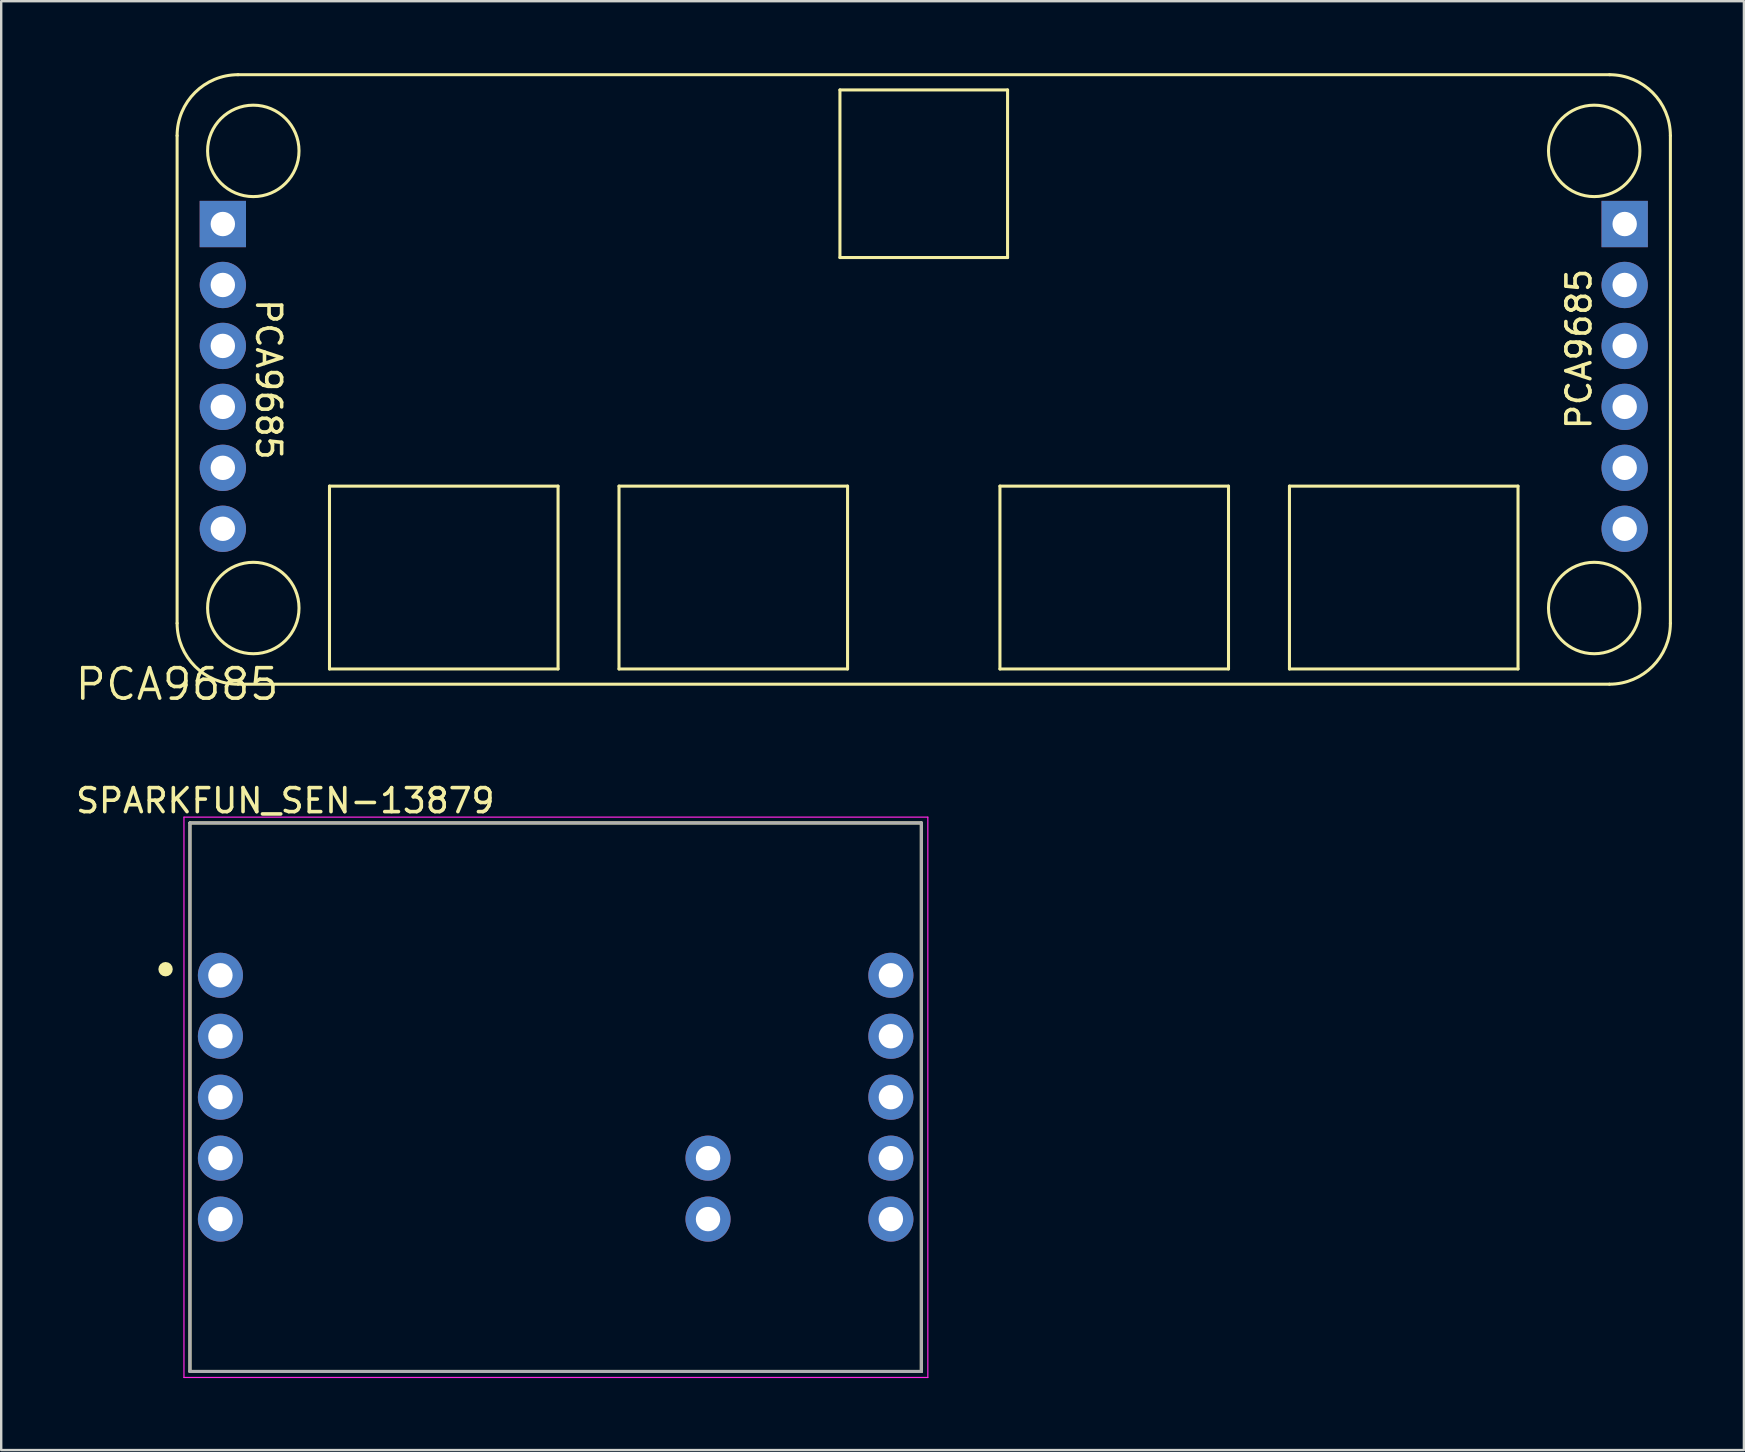
<source format=kicad_pcb>
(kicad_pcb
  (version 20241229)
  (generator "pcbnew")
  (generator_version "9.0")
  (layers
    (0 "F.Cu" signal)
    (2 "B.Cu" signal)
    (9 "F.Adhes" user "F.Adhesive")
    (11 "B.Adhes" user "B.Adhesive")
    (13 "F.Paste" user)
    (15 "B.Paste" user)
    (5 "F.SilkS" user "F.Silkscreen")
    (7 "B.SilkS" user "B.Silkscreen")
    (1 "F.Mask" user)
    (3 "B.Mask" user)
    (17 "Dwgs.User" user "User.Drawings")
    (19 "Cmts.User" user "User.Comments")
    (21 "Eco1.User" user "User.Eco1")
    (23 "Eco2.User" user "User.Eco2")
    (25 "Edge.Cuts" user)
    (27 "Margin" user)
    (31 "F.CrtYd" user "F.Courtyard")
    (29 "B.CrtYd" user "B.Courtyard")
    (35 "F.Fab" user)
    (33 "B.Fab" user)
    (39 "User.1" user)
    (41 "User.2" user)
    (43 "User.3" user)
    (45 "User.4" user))
  (footprint "PCA9685"
    (layer "F.Cu")
    (at 4.331 25.463)
    (property "Reference" "PCA9685" (at 0 0 0) (layer "F.SilkS") (effects (font (size 1.27 1.27) (thickness 0.15))))
    (fp_line (start 0 -2.54) (end 0 -22.86) (stroke (width 0.127) (type solid)) (layer "F.SilkS"))
    (fp_line (start 2.54 -25.4) (end 59.69 -25.4) (stroke (width 0.127) (type solid)) (layer "F.SilkS"))
    (fp_line (start 2.54 0) (end 59.69 0) (stroke (width 0.127) (type solid)) (layer "F.SilkS"))
    (fp_line (start 6.35 -8.255) (end 15.875 -8.255) (stroke (width 0.127) (type solid)) (layer "F.SilkS"))
    (fp_line (start 6.35 -0.635) (end 6.35 -8.255) (stroke (width 0.127) (type solid)) (layer "F.SilkS"))
    (fp_line (start 15.875 -8.255) (end 15.875 -0.635) (stroke (width 0.127) (type solid)) (layer "F.SilkS"))
    (fp_line (start 15.875 -0.635) (end 6.35 -0.635) (stroke (width 0.127) (type solid)) (layer "F.SilkS"))
    (fp_line (start 18.415 -8.255) (end 27.94 -8.255) (stroke (width 0.127) (type solid)) (layer "F.SilkS"))
    (fp_line (start 18.415 -0.635) (end 18.415 -8.255) (stroke (width 0.127) (type solid)) (layer "F.SilkS"))
    (fp_line (start 27.622 -24.765) (end 34.608 -24.765) (stroke (width 0.127) (type solid)) (layer "F.SilkS"))
    (fp_line (start 27.622 -17.78) (end 27.622 -24.765) (stroke (width 0.127) (type solid)) (layer "F.SilkS"))
    (fp_line (start 27.94 -8.255) (end 27.94 -0.635) (stroke (width 0.127) (type solid)) (layer "F.SilkS"))
    (fp_line (start 27.94 -0.635) (end 18.415 -0.635) (stroke (width 0.127) (type solid)) (layer "F.SilkS"))
    (fp_line (start 34.29 -8.255) (end 43.815 -8.255) (stroke (width 0.127) (type solid)) (layer "F.SilkS"))
    (fp_line (start 34.29 -0.635) (end 34.29 -8.255) (stroke (width 0.127) (type solid)) (layer "F.SilkS"))
    (fp_line (start 34.608 -24.765) (end 34.608 -17.78) (stroke (width 0.127) (type solid)) (layer "F.SilkS"))
    (fp_line (start 34.608 -17.78) (end 27.622 -17.78) (stroke (width 0.127) (type solid)) (layer "F.SilkS"))
    (fp_line (start 43.815 -8.255) (end 43.815 -0.635) (stroke (width 0.127) (type solid)) (layer "F.SilkS"))
    (fp_line (start 43.815 -0.635) (end 34.29 -0.635) (stroke (width 0.127) (type solid)) (layer "F.SilkS"))
    (fp_line (start 46.355 -8.255) (end 55.88 -8.255) (stroke (width 0.127) (type solid)) (layer "F.SilkS"))
    (fp_line (start 46.355 -0.635) (end 46.355 -8.255) (stroke (width 0.127) (type solid)) (layer "F.SilkS"))
    (fp_line (start 55.88 -8.255) (end 55.88 -0.635) (stroke (width 0.127) (type solid)) (layer "F.SilkS"))
    (fp_line (start 55.88 -0.635) (end 46.355 -0.635) (stroke (width 0.127) (type solid)) (layer "F.SilkS"))
    (fp_line (start 62.23 -22.86) (end 62.23 -2.54) (stroke (width 0.127) (type solid)) (layer "F.SilkS"))
    (fp_arc (start 0 -22.86) (mid 0.743949 -24.656051) (end 2.54 -25.4) (stroke (width 0.127) (type solid)) (layer "F.SilkS"))
    (fp_arc (start 2.54 0) (mid 0.743949 -0.743949) (end 0 -2.54) (stroke (width 0.127) (type solid)) (layer "F.SilkS"))
    (fp_arc (start 59.69 -25.4) (mid 61.486051 -24.656051) (end 62.23 -22.86) (stroke (width 0.127) (type solid)) (layer "F.SilkS"))
    (fp_arc (start 62.23 -2.54) (mid 61.486051 -0.743949) (end 59.69 0) (stroke (width 0.127) (type solid)) (layer "F.SilkS"))
    (fp_circle (center 3.175 -22.225) (end 5.08 -22.225) (stroke (width 0.127) (type solid)) (fill no) (layer "F.SilkS"))
    (fp_circle (center 3.175 -3.175) (end 5.08 -3.175) (stroke (width 0.127) (type solid)) (fill no) (layer "F.SilkS"))
    (fp_circle (center 59.055 -22.225) (end 60.96 -22.225) (stroke (width 0.127) (type solid)) (fill no) (layer "F.SilkS"))
    (fp_circle (center 59.055 -3.175) (end 60.96 -3.175) (stroke (width 0.127) (type solid)) (fill no) (layer "F.SilkS"))
    (fp_text user "PCA9685" (at 58.42 -13.97 90) (unlocked yes) (layer "F.SilkS") (effects (font (size 1 1) (thickness 0.15))))
    (fp_text user "PCA9685" (at 3.81 -12.7 270) (unlocked yes) (layer "F.SilkS") (effects (font (size 1 1) (thickness 0.15))))
    (pad "GND1" thru_hole rect (at 1.905 -19.177) (size 1.93 1.93) (drill 1.016) (layers "*.Cu" "*.Mask"))
    (pad "GND2" thru_hole rect (at 60.325 -19.177) (size 1.93 1.93) (drill 1.016) (layers "*.Cu" "*.Mask"))
    (pad "OE1" thru_hole circle (at 1.905 -16.637) (size 1.93 1.93) (drill 1.016) (layers "*.Cu" "*.Mask"))
    (pad "OE2" thru_hole circle (at 60.325 -16.637) (size 1.93 1.93) (drill 1.016) (layers "*.Cu" "*.Mask"))
    (pad "SCL1" thru_hole circle (at 1.905 -14.097) (size 1.93 1.93) (drill 1.016) (layers "*.Cu" "*.Mask"))
    (pad "SCL2" thru_hole circle (at 60.325 -14.097) (size 1.93 1.93) (drill 1.016) (layers "*.Cu" "*.Mask"))
    (pad "SDA1" thru_hole circle (at 1.905 -11.557) (size 1.93 1.93) (drill 1.016) (layers "*.Cu" "*.Mask"))
    (pad "SDA2" thru_hole circle (at 60.325 -11.557) (size 1.93 1.93) (drill 1.016) (layers "*.Cu" "*.Mask"))
    (pad "V+1" thru_hole circle (at 1.905 -6.477) (size 1.93 1.93) (drill 1.016) (layers "*.Cu" "*.Mask"))
    (pad "V+2" thru_hole circle (at 60.325 -6.477) (size 1.93 1.93) (drill 1.016) (layers "*.Cu" "*.Mask"))
    (pad "VCC1" thru_hole circle (at 1.905 -9.017) (size 1.93 1.93) (drill 1.016) (layers "*.Cu" "*.Mask"))
    (pad "VCC2" thru_hole circle (at 60.325 -9.017) (size 1.93 1.93) (drill 1.016) (layers "*.Cu" "*.Mask")))
  (footprint "SPARKFUN_SEN-13879"
    (layer "F.Cu")
    (at 20.106 42.674)
    (property "Reference" "SPARKFUN_SEN-13879" (at -11.266 -12.356 0) (layer "F.SilkS") (effects (font (size 1 1) (thickness 0.15))))
    (attr through_hole)
    (fp_line (start -15.24 -11.43) (end 15.24 -11.43) (stroke (width 0.127) (type solid)) (layer "F.SilkS"))
    (fp_line (start -15.24 11.43) (end -15.24 -11.43) (stroke (width 0.127) (type solid)) (layer "F.SilkS"))
    (fp_line (start 15.24 -11.43) (end 15.24 11.43) (stroke (width 0.127) (type solid)) (layer "F.SilkS"))
    (fp_line (start 15.24 11.43) (end -15.24 11.43) (stroke (width 0.127) (type solid)) (layer "F.SilkS"))
    (fp_circle (center -16.256 -5.334) (end -16.106 -5.334) (stroke (width 0.3) (type solid)) (fill no) (layer "F.SilkS"))
    (fp_line (start -15.49 -11.67) (end 15.51 -11.67) (stroke (width 0.05) (type solid)) (layer "F.CrtYd"))
    (fp_line (start -15.49 11.68) (end -15.49 -11.67) (stroke (width 0.05) (type solid)) (layer "F.CrtYd"))
    (fp_line (start 15.51 -11.67) (end 15.51 11.68) (stroke (width 0.05) (type solid)) (layer "F.CrtYd"))
    (fp_line (start 15.51 11.68) (end -15.49 11.68) (stroke (width 0.05) (type solid)) (layer "F.CrtYd"))
    (fp_line (start -15.24 -11.43) (end 15.24 -11.43) (stroke (width 0.127) (type solid)) (layer "F.Fab"))
    (fp_line (start -15.24 11.43) (end -15.24 -11.43) (stroke (width 0.127) (type solid)) (layer "F.Fab"))
    (fp_line (start 15.24 -11.43) (end 15.24 11.43) (stroke (width 0.127) (type solid)) (layer "F.Fab"))
    (fp_line (start 15.24 11.43) (end -15.24 11.43) (stroke (width 0.127) (type solid)) (layer "F.Fab"))
    (pad "1" thru_hole circle (at -13.97 -5.08) (size 1.88 1.88) (drill 1.016) (layers "*.Cu" "*.Mask"))
    (pad "2" thru_hole circle (at -13.97 -2.54) (size 1.88 1.88) (drill 1.016) (layers "*.Cu" "*.Mask"))
    (pad "3" thru_hole circle (at -13.97 0) (size 1.88 1.88) (drill 1.016) (layers "*.Cu" "*.Mask"))
    (pad "4" thru_hole circle (at -13.97 2.54) (size 1.88 1.88) (drill 1.016) (layers "*.Cu" "*.Mask"))
    (pad "5" thru_hole circle (at -13.97 5.08) (size 1.88 1.88) (drill 1.016) (layers "*.Cu" "*.Mask"))
    (pad "6" thru_hole circle (at 13.97 5.08) (size 1.88 1.88) (drill 1.016) (layers "*.Cu" "*.Mask"))
    (pad "7" thru_hole circle (at 13.97 2.54) (size 1.88 1.88) (drill 1.016) (layers "*.Cu" "*.Mask"))
    (pad "8" thru_hole circle (at 13.97 0) (size 1.88 1.88) (drill 1.016) (layers "*.Cu" "*.Mask"))
    (pad "9" thru_hole circle (at 13.97 -2.54) (size 1.88 1.88) (drill 1.016) (layers "*.Cu" "*.Mask"))
    (pad "10" thru_hole circle (at 13.97 -5.08) (size 1.88 1.88) (drill 1.016) (layers "*.Cu" "*.Mask"))
    (pad "11" thru_hole circle (at 6.35 2.54) (size 1.88 1.88) (drill 1.016) (layers "*.Cu" "*.Mask"))
    (pad "12" thru_hole circle (at 6.35 5.08) (size 1.88 1.88) (drill 1.016) (layers "*.Cu" "*.Mask")))
  (gr_rect
    (start -3 -3)
    (end 69.625 57.379)
    (stroke (width 0.1) (type default))
    (fill no)
    (layer "Edge.Cuts")))
</source>
